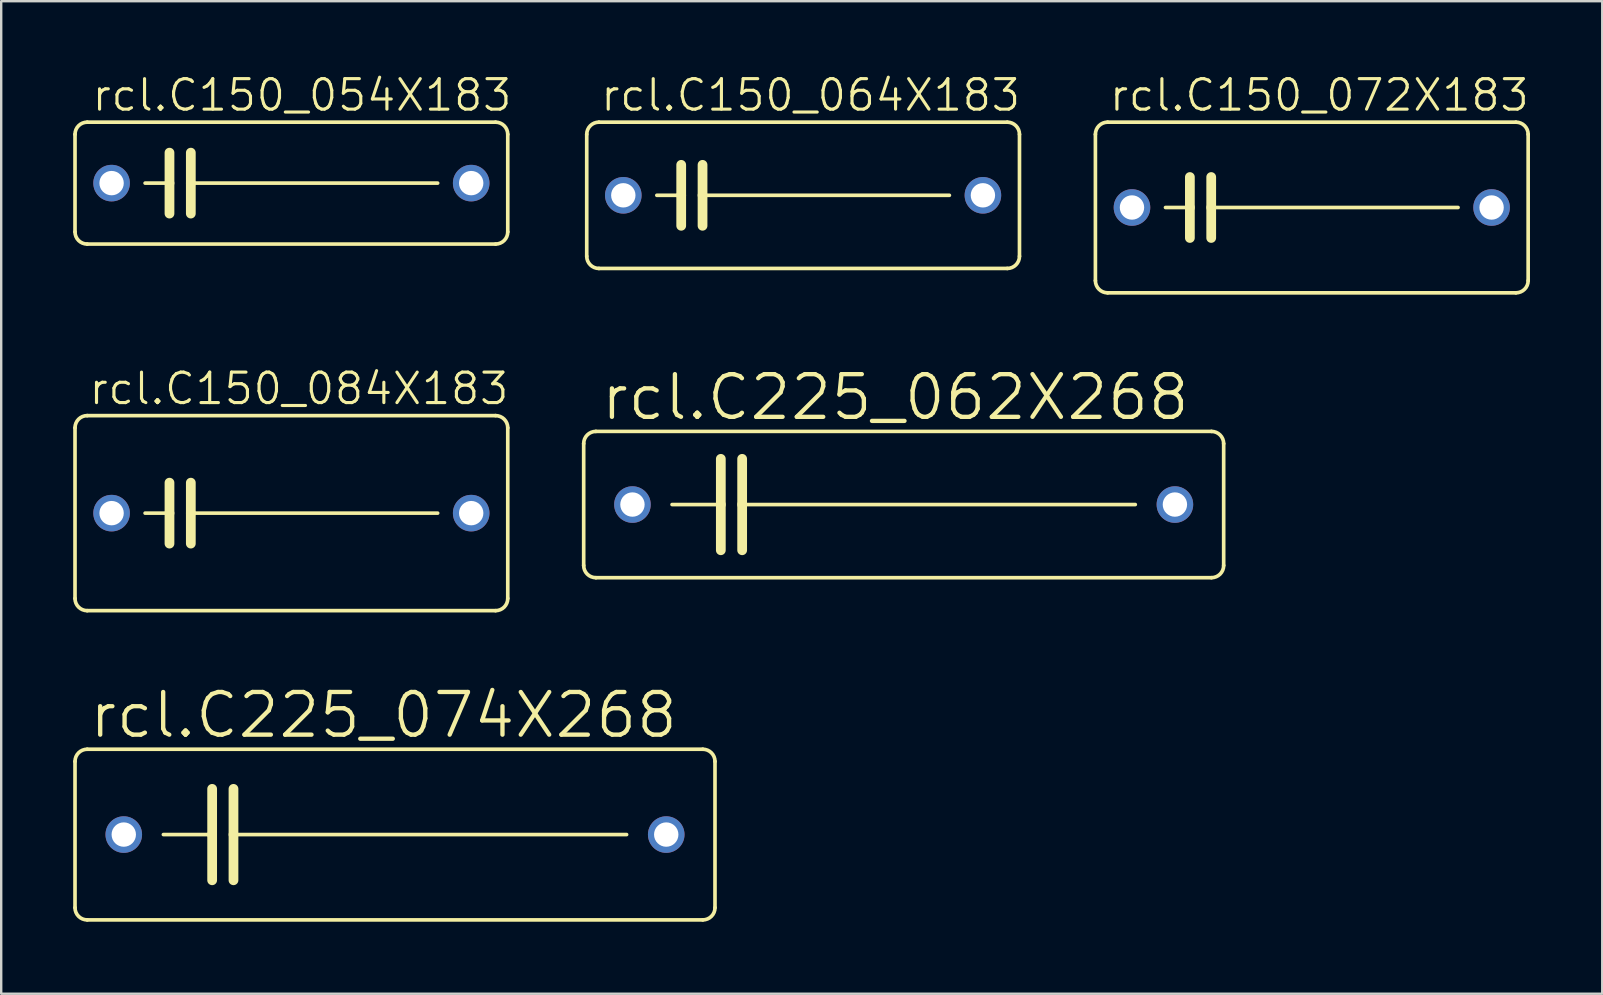
<source format=kicad_pcb>
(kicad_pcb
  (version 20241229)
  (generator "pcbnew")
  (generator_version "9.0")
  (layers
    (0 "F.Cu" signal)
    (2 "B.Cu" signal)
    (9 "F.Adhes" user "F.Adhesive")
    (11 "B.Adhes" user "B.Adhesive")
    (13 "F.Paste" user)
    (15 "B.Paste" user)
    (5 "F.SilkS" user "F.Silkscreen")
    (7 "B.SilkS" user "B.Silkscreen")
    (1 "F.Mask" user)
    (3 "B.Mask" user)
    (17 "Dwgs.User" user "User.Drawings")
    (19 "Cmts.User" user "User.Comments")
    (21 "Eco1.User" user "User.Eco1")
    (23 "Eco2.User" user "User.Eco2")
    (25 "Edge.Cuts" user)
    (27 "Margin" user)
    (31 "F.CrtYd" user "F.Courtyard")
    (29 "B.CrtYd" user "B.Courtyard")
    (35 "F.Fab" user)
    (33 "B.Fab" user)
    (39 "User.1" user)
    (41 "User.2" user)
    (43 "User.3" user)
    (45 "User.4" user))
  (footprint "rcl.C150_064X183"
    (layer "F.Cu")
    (at 30.418 5.089)
    (property "Reference" "rcl.C150_064X183" (at -8.509 -3.429 0) (layer "F.SilkS") (effects (font (size 1.27 1.27) (thickness 0.13)) (justify left bottom)))
    (attr through_hole)
    (fp_line (start -9.017 2.54) (end -9.017 -2.54) (stroke (width 0.152) (type default)) (layer "F.SilkS"))
    (fp_line (start -8.509 -3.048) (end 8.509 -3.048) (stroke (width 0.152) (type default)) (layer "F.SilkS"))
    (fp_line (start -5.08 -1.27) (end -5.08 0) (stroke (width 0.406) (type default)) (layer "F.SilkS"))
    (fp_line (start -5.08 0) (end -6.096 0) (stroke (width 0.152) (type default)) (layer "F.SilkS"))
    (fp_line (start -5.08 0) (end -5.08 1.27) (stroke (width 0.406) (type default)) (layer "F.SilkS"))
    (fp_line (start -4.191 -1.27) (end -4.191 0) (stroke (width 0.406) (type default)) (layer "F.SilkS"))
    (fp_line (start -4.191 0) (end -4.191 1.27) (stroke (width 0.406) (type default)) (layer "F.SilkS"))
    (fp_line (start -4.191 0) (end 6.096 0) (stroke (width 0.152) (type default)) (layer "F.SilkS"))
    (fp_line (start 8.509 3.048) (end -8.509 3.048) (stroke (width 0.152) (type default)) (layer "F.SilkS"))
    (fp_line (start 9.017 -2.54) (end 9.017 2.54) (stroke (width 0.152) (type default)) (layer "F.SilkS"))
    (fp_arc (start -9.017 -2.54) (mid -8.86821 -2.89921) (end -8.509 -3.048) (stroke (width 0.1524) (type default)) (layer "F.SilkS"))
    (fp_arc (start -8.509 3.048) (mid -8.86821 2.89921) (end -9.017 2.54) (stroke (width 0.1524) (type default)) (layer "F.SilkS"))
    (fp_arc (start 8.509 -3.048) (mid 8.86821 -2.89921) (end 9.017 -2.54) (stroke (width 0.1524) (type default)) (layer "F.SilkS"))
    (fp_arc (start 9.017 2.54) (mid 8.86821 2.89921) (end 8.509 3.048) (stroke (width 0.1524) (type default)) (layer "F.SilkS"))
    (pad "1" thru_hole circle (at -7.493 0) (size 1.524 1.524) (drill 1.016) (layers "*.Cu" "*.Mask"))
    (pad "2" thru_hole circle (at 7.493 0) (size 1.524 1.524) (drill 1.016) (layers "*.Cu" "*.Mask")))
  (footprint "rcl.C225_062X268"
    (layer "F.Cu")
    (at 34.609 17.976)
    (property "Reference" "rcl.C225_062X268" (at -12.7 -3.429 0) (layer "F.SilkS") (effects (font (size 1.778 1.778) (thickness 0.18)) (justify left bottom)))
    (attr through_hole)
    (fp_line (start -13.335 2.54) (end -13.335 -2.54) (stroke (width 0.152) (type default)) (layer "F.SilkS"))
    (fp_line (start -12.827 -3.048) (end 12.827 -3.048) (stroke (width 0.152) (type default)) (layer "F.SilkS"))
    (fp_line (start -9.652 0) (end -7.62 0) (stroke (width 0.152) (type default)) (layer "F.SilkS"))
    (fp_line (start -7.62 -1.905) (end -7.62 0) (stroke (width 0.406) (type default)) (layer "F.SilkS"))
    (fp_line (start -7.62 0) (end -7.62 1.905) (stroke (width 0.406) (type default)) (layer "F.SilkS"))
    (fp_line (start -6.731 -1.905) (end -6.731 0) (stroke (width 0.406) (type default)) (layer "F.SilkS"))
    (fp_line (start -6.731 0) (end -6.731 1.905) (stroke (width 0.406) (type default)) (layer "F.SilkS"))
    (fp_line (start -6.731 0) (end 9.652 0) (stroke (width 0.152) (type default)) (layer "F.SilkS"))
    (fp_line (start 12.827 3.048) (end -12.827 3.048) (stroke (width 0.152) (type default)) (layer "F.SilkS"))
    (fp_line (start 13.335 -2.54) (end 13.335 2.54) (stroke (width 0.152) (type default)) (layer "F.SilkS"))
    (fp_arc (start -13.335 -2.54) (mid -13.18621 -2.89921) (end -12.827 -3.048) (stroke (width 0.1524) (type default)) (layer "F.SilkS"))
    (fp_arc (start -12.827 3.048) (mid -13.18621 2.89921) (end -13.335 2.54) (stroke (width 0.1524) (type default)) (layer "F.SilkS"))
    (fp_arc (start 12.827 -3.048) (mid 13.18621 -2.89921) (end 13.335 -2.54) (stroke (width 0.1524) (type default)) (layer "F.SilkS"))
    (fp_arc (start 13.335 2.54) (mid 13.18621 2.89921) (end 12.827 3.048) (stroke (width 0.1524) (type default)) (layer "F.SilkS"))
    (pad "1" thru_hole circle (at -11.303 0) (size 1.524 1.524) (drill 1.016) (layers "*.Cu" "*.Mask"))
    (pad "2" thru_hole circle (at 11.303 0) (size 1.524 1.524) (drill 1.016) (layers "*.Cu" "*.Mask")))
  (footprint "rcl.C225_074X268"
    (layer "F.Cu")
    (at 13.411 31.729)
    (property "Reference" "rcl.C225_074X268" (at -12.827 -3.937 0) (layer "F.SilkS") (effects (font (size 1.778 1.778) (thickness 0.18)) (justify left bottom)))
    (attr through_hole)
    (fp_line (start -13.335 3.048) (end -13.335 -3.048) (stroke (width 0.152) (type default)) (layer "F.SilkS"))
    (fp_line (start -12.827 -3.556) (end 12.827 -3.556) (stroke (width 0.152) (type default)) (layer "F.SilkS"))
    (fp_line (start -9.652 0) (end -7.62 0) (stroke (width 0.152) (type default)) (layer "F.SilkS"))
    (fp_line (start -7.62 -1.905) (end -7.62 0) (stroke (width 0.406) (type default)) (layer "F.SilkS"))
    (fp_line (start -7.62 0) (end -7.62 1.905) (stroke (width 0.406) (type default)) (layer "F.SilkS"))
    (fp_line (start -6.731 -1.905) (end -6.731 0) (stroke (width 0.406) (type default)) (layer "F.SilkS"))
    (fp_line (start -6.731 0) (end -6.731 1.905) (stroke (width 0.406) (type default)) (layer "F.SilkS"))
    (fp_line (start -6.731 0) (end 9.652 0) (stroke (width 0.152) (type default)) (layer "F.SilkS"))
    (fp_line (start 12.827 3.556) (end -12.827 3.556) (stroke (width 0.152) (type default)) (layer "F.SilkS"))
    (fp_line (start 13.335 -3.048) (end 13.335 3.048) (stroke (width 0.152) (type default)) (layer "F.SilkS"))
    (fp_arc (start -13.335 -3.048) (mid -13.18621 -3.40721) (end -12.827 -3.556) (stroke (width 0.1524) (type default)) (layer "F.SilkS"))
    (fp_arc (start -12.827 3.556) (mid -13.18621 3.40721) (end -13.335 3.048) (stroke (width 0.1524) (type default)) (layer "F.SilkS"))
    (fp_arc (start 12.827 -3.556) (mid 13.18621 -3.40721) (end 13.335 -3.048) (stroke (width 0.1524) (type default)) (layer "F.SilkS"))
    (fp_arc (start 13.335 3.048) (mid 13.18621 3.40721) (end 12.827 3.556) (stroke (width 0.1524) (type default)) (layer "F.SilkS"))
    (pad "1" thru_hole circle (at -11.303 0) (size 1.524 1.524) (drill 1.016) (layers "*.Cu" "*.Mask"))
    (pad "2" thru_hole circle (at 11.303 0) (size 1.524 1.524) (drill 1.016) (layers "*.Cu" "*.Mask")))
  (footprint "rcl.C150_054X183"
    (layer "F.Cu")
    (at 9.093 4.581)
    (property "Reference" "rcl.C150_054X183" (at -8.382 -2.921 0) (layer "F.SilkS") (effects (font (size 1.27 1.27) (thickness 0.13)) (justify left bottom)))
    (attr through_hole)
    (fp_line (start -9.017 2.032) (end -9.017 -2.032) (stroke (width 0.152) (type default)) (layer "F.SilkS"))
    (fp_line (start -8.509 -2.54) (end 8.509 -2.54) (stroke (width 0.152) (type default)) (layer "F.SilkS"))
    (fp_line (start -5.08 -1.27) (end -5.08 0) (stroke (width 0.406) (type default)) (layer "F.SilkS"))
    (fp_line (start -5.08 0) (end -6.096 0) (stroke (width 0.152) (type default)) (layer "F.SilkS"))
    (fp_line (start -5.08 0) (end -5.08 1.27) (stroke (width 0.406) (type default)) (layer "F.SilkS"))
    (fp_line (start -4.191 -1.27) (end -4.191 0) (stroke (width 0.406) (type default)) (layer "F.SilkS"))
    (fp_line (start -4.191 0) (end -4.191 1.27) (stroke (width 0.406) (type default)) (layer "F.SilkS"))
    (fp_line (start -4.191 0) (end 6.096 0) (stroke (width 0.152) (type default)) (layer "F.SilkS"))
    (fp_line (start 8.509 2.54) (end -8.509 2.54) (stroke (width 0.152) (type default)) (layer "F.SilkS"))
    (fp_line (start 9.017 -2.032) (end 9.017 2.032) (stroke (width 0.152) (type default)) (layer "F.SilkS"))
    (fp_arc (start -9.017 -2.032) (mid -8.86821 -2.39121) (end -8.509 -2.54) (stroke (width 0.1524) (type default)) (layer "F.SilkS"))
    (fp_arc (start -8.509 2.54) (mid -8.86821 2.39121) (end -9.017 2.032) (stroke (width 0.1524) (type default)) (layer "F.SilkS"))
    (fp_arc (start 8.509 -2.54) (mid 8.86821 -2.39121) (end 9.017 -2.032) (stroke (width 0.1524) (type default)) (layer "F.SilkS"))
    (fp_arc (start 9.017 2.032) (mid 8.86821 2.39121) (end 8.509 2.54) (stroke (width 0.1524) (type default)) (layer "F.SilkS"))
    (pad "1" thru_hole circle (at -7.493 0) (size 1.524 1.524) (drill 1.016) (layers "*.Cu" "*.Mask"))
    (pad "2" thru_hole circle (at 7.493 0) (size 1.524 1.524) (drill 1.016) (layers "*.Cu" "*.Mask")))
  (footprint "rcl.C150_072X183"
    (layer "F.Cu")
    (at 51.616 5.597)
    (property "Reference" "rcl.C150_072X183" (at -8.509 -3.937 0) (layer "F.SilkS") (effects (font (size 1.27 1.27) (thickness 0.13)) (justify left bottom)))
    (attr through_hole)
    (fp_line (start -9.017 3.048) (end -9.017 -3.048) (stroke (width 0.152) (type default)) (layer "F.SilkS"))
    (fp_line (start -8.509 -3.556) (end 8.509 -3.556) (stroke (width 0.152) (type default)) (layer "F.SilkS"))
    (fp_line (start -5.08 -1.27) (end -5.08 0) (stroke (width 0.406) (type default)) (layer "F.SilkS"))
    (fp_line (start -5.08 0) (end -6.096 0) (stroke (width 0.152) (type default)) (layer "F.SilkS"))
    (fp_line (start -5.08 0) (end -5.08 1.27) (stroke (width 0.406) (type default)) (layer "F.SilkS"))
    (fp_line (start -4.191 -1.27) (end -4.191 0) (stroke (width 0.406) (type default)) (layer "F.SilkS"))
    (fp_line (start -4.191 0) (end -4.191 1.27) (stroke (width 0.406) (type default)) (layer "F.SilkS"))
    (fp_line (start -4.191 0) (end 6.096 0) (stroke (width 0.152) (type default)) (layer "F.SilkS"))
    (fp_line (start 8.509 3.556) (end -8.509 3.556) (stroke (width 0.152) (type default)) (layer "F.SilkS"))
    (fp_line (start 9.017 -3.048) (end 9.017 3.048) (stroke (width 0.152) (type default)) (layer "F.SilkS"))
    (fp_arc (start -9.017 -3.048) (mid -8.86821 -3.40721) (end -8.509 -3.556) (stroke (width 0.1524) (type default)) (layer "F.SilkS"))
    (fp_arc (start -8.509 3.556) (mid -8.86821 3.40721) (end -9.017 3.048) (stroke (width 0.1524) (type default)) (layer "F.SilkS"))
    (fp_arc (start 8.509 -3.556) (mid 8.86821 -3.40721) (end 9.017 -3.048) (stroke (width 0.1524) (type default)) (layer "F.SilkS"))
    (fp_arc (start 9.017 3.048) (mid 8.86821 3.40721) (end 8.509 3.556) (stroke (width 0.1524) (type default)) (layer "F.SilkS"))
    (pad "1" thru_hole circle (at -7.493 0) (size 1.524 1.524) (drill 1.016) (layers "*.Cu" "*.Mask"))
    (pad "2" thru_hole circle (at 7.493 0) (size 1.524 1.524) (drill 1.016) (layers "*.Cu" "*.Mask")))
  (footprint "rcl.C150_084X183"
    (layer "F.Cu")
    (at 9.093 18.334)
    (property "Reference" "rcl.C150_084X183" (at -8.509 -4.445 0) (layer "F.SilkS") (effects (font (size 1.27 1.27) (thickness 0.13)) (justify left bottom)))
    (attr through_hole)
    (fp_line (start -9.017 3.556) (end -9.017 -3.556) (stroke (width 0.152) (type default)) (layer "F.SilkS"))
    (fp_line (start -8.509 -4.064) (end 8.509 -4.064) (stroke (width 0.152) (type default)) (layer "F.SilkS"))
    (fp_line (start -5.08 -1.27) (end -5.08 0) (stroke (width 0.406) (type default)) (layer "F.SilkS"))
    (fp_line (start -5.08 0) (end -6.096 0) (stroke (width 0.152) (type default)) (layer "F.SilkS"))
    (fp_line (start -5.08 0) (end -5.08 1.27) (stroke (width 0.406) (type default)) (layer "F.SilkS"))
    (fp_line (start -4.191 -1.27) (end -4.191 0) (stroke (width 0.406) (type default)) (layer "F.SilkS"))
    (fp_line (start -4.191 0) (end -4.191 1.27) (stroke (width 0.406) (type default)) (layer "F.SilkS"))
    (fp_line (start -4.191 0) (end 6.096 0) (stroke (width 0.152) (type default)) (layer "F.SilkS"))
    (fp_line (start 8.509 4.064) (end -8.509 4.064) (stroke (width 0.152) (type default)) (layer "F.SilkS"))
    (fp_line (start 9.017 -3.556) (end 9.017 3.556) (stroke (width 0.152) (type default)) (layer "F.SilkS"))
    (fp_arc (start -9.017 -3.556) (mid -8.86821 -3.91521) (end -8.509 -4.064) (stroke (width 0.1524) (type default)) (layer "F.SilkS"))
    (fp_arc (start -8.509 4.064) (mid -8.86821 3.91521) (end -9.017 3.556) (stroke (width 0.1524) (type default)) (layer "F.SilkS"))
    (fp_arc (start 8.509 -4.064) (mid 8.86821 -3.91521) (end 9.017 -3.556) (stroke (width 0.1524) (type default)) (layer "F.SilkS"))
    (fp_arc (start 9.017 3.556) (mid 8.86821 3.91521) (end 8.509 4.064) (stroke (width 0.1524) (type default)) (layer "F.SilkS"))
    (pad "1" thru_hole circle (at -7.493 0) (size 1.524 1.524) (drill 1.016) (layers "*.Cu" "*.Mask"))
    (pad "2" thru_hole circle (at 7.493 0) (size 1.524 1.524) (drill 1.016) (layers "*.Cu" "*.Mask")))
  (gr_rect
    (start -3 -3)
    (end 63.72 38.362)
    (stroke (width 0.1) (type default))
    (fill no)
    (layer "Edge.Cuts")))
</source>
